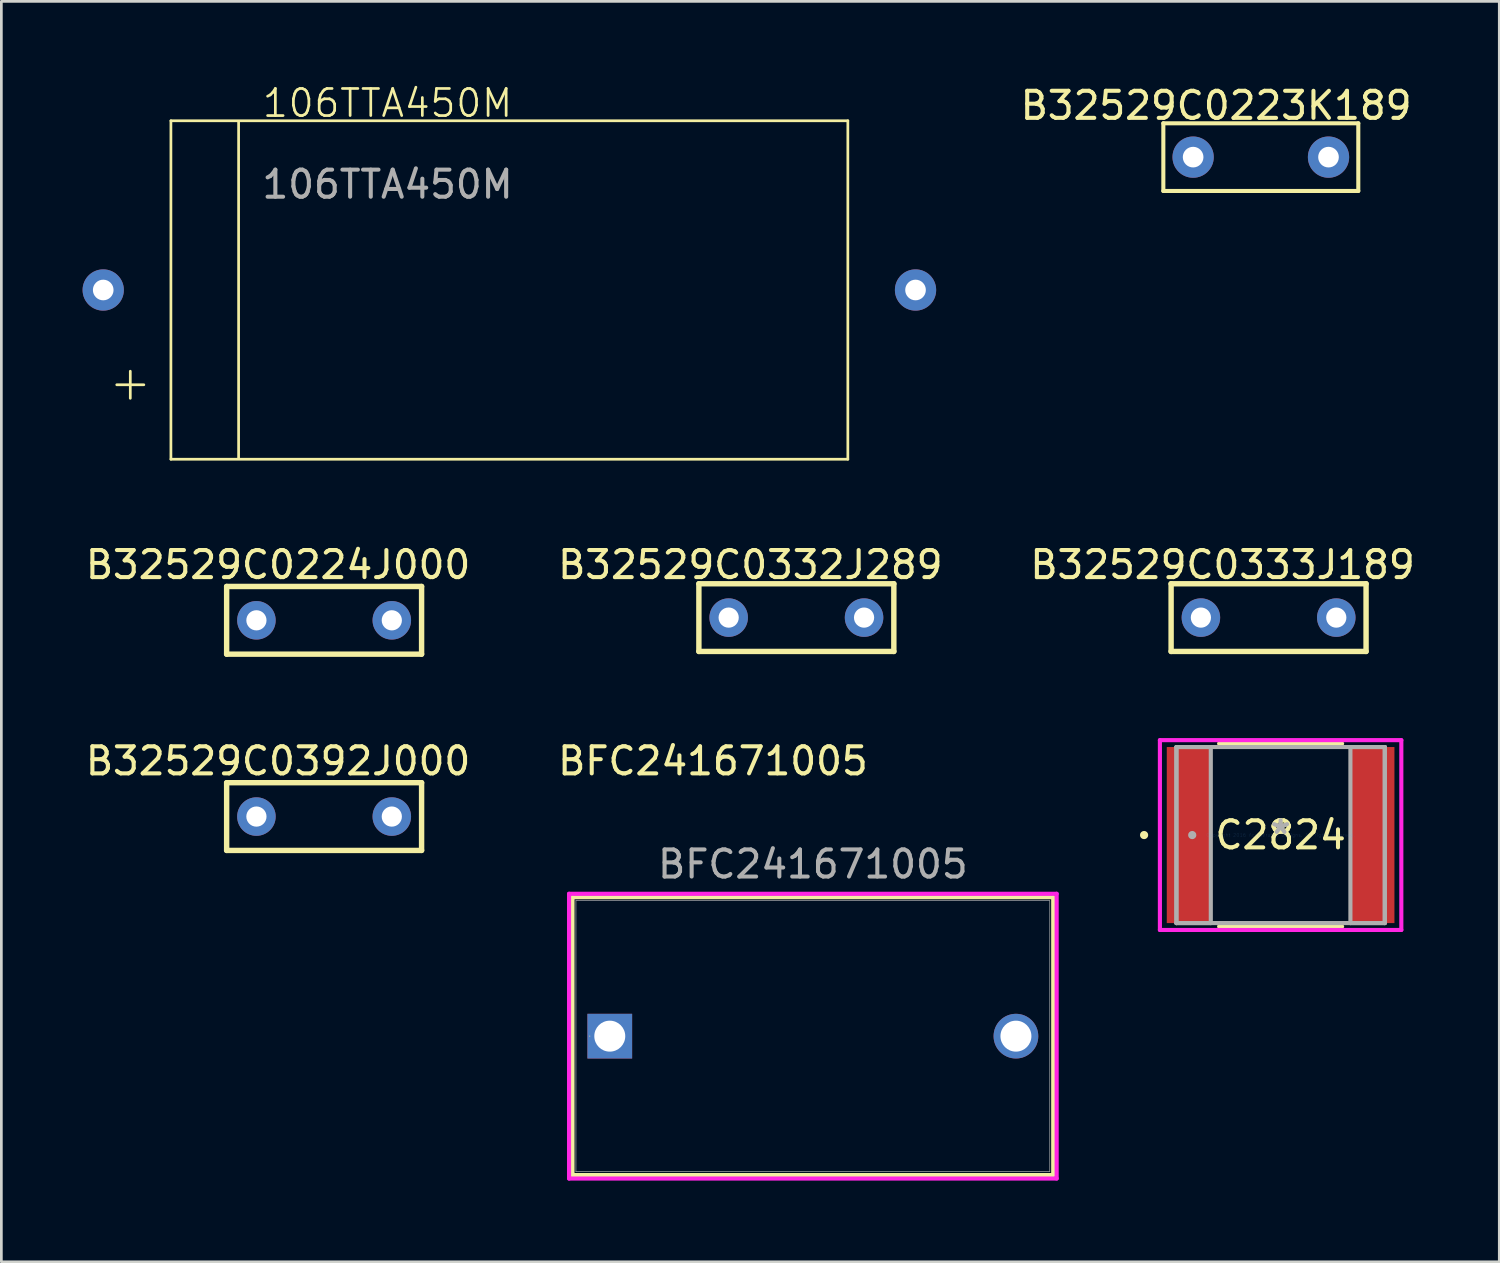
<source format=kicad_pcb>
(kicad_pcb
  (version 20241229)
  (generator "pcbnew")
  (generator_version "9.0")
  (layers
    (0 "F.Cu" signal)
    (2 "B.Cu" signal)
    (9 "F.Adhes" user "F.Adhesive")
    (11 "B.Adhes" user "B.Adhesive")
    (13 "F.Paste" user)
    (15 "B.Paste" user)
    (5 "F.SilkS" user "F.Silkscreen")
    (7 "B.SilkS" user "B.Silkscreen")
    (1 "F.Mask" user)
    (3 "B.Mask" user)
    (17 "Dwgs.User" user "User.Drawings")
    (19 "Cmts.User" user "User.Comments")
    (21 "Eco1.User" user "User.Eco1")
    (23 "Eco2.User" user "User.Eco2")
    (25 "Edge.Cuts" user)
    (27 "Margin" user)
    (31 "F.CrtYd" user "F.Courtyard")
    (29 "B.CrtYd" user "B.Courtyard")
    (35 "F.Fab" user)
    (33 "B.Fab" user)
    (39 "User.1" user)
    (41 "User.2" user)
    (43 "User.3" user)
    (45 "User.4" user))
  (footprint "B32529C0224J000"
    (layer "F.Cu")
    (at 8.92 19.859)
    (property "Reference" "B32529C0224J000" (at -1.7 -2.05 0) (layer "F.SilkS") (effects (font (size 1 1) (thickness 0.15))))
    (attr through_hole)
    (fp_line (start -3.6 -1.25) (end -3.6 1.25) (stroke (width 0.2) (type solid)) (layer "F.SilkS"))
    (fp_line (start -3.6 -1.25) (end 3.6 -1.25) (stroke (width 0.2) (type solid)) (layer "F.SilkS"))
    (fp_line (start -3.6 1.25) (end 3.6 1.25) (stroke (width 0.2) (type solid)) (layer "F.SilkS"))
    (fp_line (start 3.6 -1.25) (end 3.6 1.25) (stroke (width 0.2) (type solid)) (layer "F.SilkS"))
    (pad "1" thru_hole circle (at -2.5 0) (size 1.422 1.422) (drill 0.746) (layers "*.Cu" "*.Mask"))
    (pad "2" thru_hole circle (at 2.5 0) (size 1.422 1.422) (drill 0.746) (layers "*.Cu" "*.Mask")))
  (footprint "B32529C0332J289"
    (layer "F.Cu")
    (at 26.361 19.759)
    (property "Reference" "B32529C0332J289" (at -1.7 -1.95 0) (layer "F.SilkS") (effects (font (size 1 1) (thickness 0.15))))
    (attr through_hole)
    (fp_line (start -3.6 -1.25) (end -3.6 1.25) (stroke (width 0.2) (type solid)) (layer "F.SilkS"))
    (fp_line (start -3.6 -1.25) (end 3.6 -1.25) (stroke (width 0.2) (type solid)) (layer "F.SilkS"))
    (fp_line (start -3.6 1.25) (end 3.6 1.25) (stroke (width 0.2) (type solid)) (layer "F.SilkS"))
    (fp_line (start 3.6 -1.25) (end 3.6 1.25) (stroke (width 0.2) (type solid)) (layer "F.SilkS"))
    (pad "1" thru_hole circle (at -2.5 0) (size 1.422 1.422) (drill 0.746) (layers "*.Cu" "*.Mask"))
    (pad "2" thru_hole circle (at 2.5 0) (size 1.422 1.422) (drill 0.746) (layers "*.Cu" "*.Mask")))
  (footprint "B32529C0392J000"
    (layer "F.Cu")
    (at 8.92 27.107)
    (property "Reference" "B32529C0392J000" (at -1.7 -2.05 0) (layer "F.SilkS") (effects (font (size 1 1) (thickness 0.15))))
    (attr through_hole)
    (fp_line (start -3.6 -1.25) (end -3.6 1.25) (stroke (width 0.2) (type solid)) (layer "F.SilkS"))
    (fp_line (start -3.6 -1.25) (end 3.6 -1.25) (stroke (width 0.2) (type solid)) (layer "F.SilkS"))
    (fp_line (start -3.6 1.25) (end 3.6 1.25) (stroke (width 0.2) (type solid)) (layer "F.SilkS"))
    (fp_line (start 3.6 -1.25) (end 3.6 1.25) (stroke (width 0.2) (type solid)) (layer "F.SilkS"))
    (pad "1" thru_hole circle (at -2.5 0) (size 1.422 1.422) (drill 0.746) (layers "*.Cu" "*.Mask"))
    (pad "2" thru_hole circle (at 2.5 0) (size 1.422 1.422) (drill 0.746) (layers "*.Cu" "*.Mask")))
  (footprint "C2824"
    (layer "F.Cu")
    (at 44.245 27.79)
    (property "Reference" "C2824" (at 0 0 0) (layer "F.SilkS") (effects (font (size 1 1) (thickness 0.15))))
    (attr through_hole)
    (fp_line (start -2.271 3.378) (end 2.271 3.378) (stroke (width 0.152) (type solid)) (layer "F.SilkS"))
    (fp_line (start 2.271 -3.378) (end -2.271 -3.378) (stroke (width 0.152) (type solid)) (layer "F.SilkS"))
    (fp_circle (center -5.042 0) (end -4.966 0) (stroke (width 0.152) (type solid)) (fill no) (layer "F.SilkS"))
    (fp_line (start -4.458 -3.505) (end 4.458 -3.505) (stroke (width 0.152) (type solid)) (layer "F.CrtYd"))
    (fp_line (start -4.458 3.505) (end -4.458 -3.505) (stroke (width 0.152) (type solid)) (layer "F.CrtYd"))
    (fp_line (start 4.458 -3.505) (end 4.458 3.505) (stroke (width 0.152) (type solid)) (layer "F.CrtYd"))
    (fp_line (start 4.458 3.505) (end -4.458 3.505) (stroke (width 0.152) (type solid)) (layer "F.CrtYd"))
    (fp_line (start -3.848 -3.251) (end -3.848 3.251) (stroke (width 0.152) (type solid)) (layer "F.Fab"))
    (fp_line (start -3.848 -3.251) (end -3.848 3.251) (stroke (width 0.152) (type solid)) (layer "F.Fab"))
    (fp_line (start -3.848 3.251) (end -2.578 3.251) (stroke (width 0.152) (type solid)) (layer "F.Fab"))
    (fp_line (start -3.848 3.251) (end 3.848 3.251) (stroke (width 0.152) (type solid)) (layer "F.Fab"))
    (fp_line (start -2.578 -3.251) (end -3.848 -3.251) (stroke (width 0.152) (type solid)) (layer "F.Fab"))
    (fp_line (start -2.578 3.251) (end -2.578 -3.251) (stroke (width 0.152) (type solid)) (layer "F.Fab"))
    (fp_line (start 2.578 -3.251) (end 2.578 3.251) (stroke (width 0.152) (type solid)) (layer "F.Fab"))
    (fp_line (start 2.578 3.251) (end 3.848 3.251) (stroke (width 0.152) (type solid)) (layer "F.Fab"))
    (fp_line (start 3.848 -3.251) (end -3.848 -3.251) (stroke (width 0.152) (type solid)) (layer "F.Fab"))
    (fp_line (start 3.848 -3.251) (end 2.578 -3.251) (stroke (width 0.152) (type solid)) (layer "F.Fab"))
    (fp_line (start 3.848 3.251) (end 3.848 -3.251) (stroke (width 0.152) (type solid)) (layer "F.Fab"))
    (fp_line (start 3.848 3.251) (end 3.848 -3.251) (stroke (width 0.152) (type solid)) (layer "F.Fab"))
    (fp_circle (center -3.264 0) (end -3.188 0) (stroke (width 0.152) (type solid)) (fill no) (layer "F.Fab"))
    (fp_text user "*" (at 0 0 0) (layer "F.SilkS") (effects (font (size 1 1) (thickness 0.15))))
    (fp_text user "Copyright 2016 Accelerated Designs. All rights reserved." (at 0 0 0) (layer "Cmts.User") (effects (font (size 0.127 0.127) (thickness 0.002))))
    (fp_text user "*" (at 0 0 0) (layer "F.Fab") (effects (font (size 1 1) (thickness 0.15))))
    (pad "1" smd rect (at -3.391 0) (size 1.626 6.502) (layers "F.Cu" "F.Mask" "F.Paste"))
    (pad "2" smd rect (at 3.391 0) (size 1.626 6.502) (layers "F.Cu" "F.Mask" "F.Paste")))
  (footprint "106TTA450M"
    (layer "F.Cu")
    (at 15.762 7.66)
    (property "Reference" "106TTA450M" (at -4.5 -6.9 0) (unlocked yes) (layer "F.SilkS") (effects (font (size 1 1) (thickness 0.1))))
    (attr through_hole)
    (fp_line (start -14.5 3.5) (end -13.5 3.5) (stroke (width 0.1) (type default)) (layer "F.SilkS"))
    (fp_line (start -14 3) (end -14 4) (stroke (width 0.1) (type default)) (layer "F.SilkS"))
    (fp_line (start -12.5 -6.25) (end -12.5 6.25) (stroke (width 0.1) (type default)) (layer "F.SilkS"))
    (fp_line (start -12.5 -6.25) (end 12.5 -6.25) (stroke (width 0.1) (type default)) (layer "F.SilkS"))
    (fp_line (start -12.5 6.25) (end 12.5 6.25) (stroke (width 0.1) (type default)) (layer "F.SilkS"))
    (fp_line (start -10 6.2) (end -10 -6.2) (stroke (width 0.1) (type default)) (layer "F.SilkS"))
    (fp_line (start 12.5 -6.25) (end 12.5 6.25) (stroke (width 0.1) (type default)) (layer "F.SilkS"))
    (fp_text user "${REFERENCE}" (at -4.5 -3.9 0) (unlocked yes) (layer "F.Fab") (effects (font (size 1 1) (thickness 0.15))))
    (pad "1" thru_hole circle (at -15 0) (size 1.524 1.524) (drill 0.762) (layers "*.Cu" "*.Mask"))
    (pad "2" thru_hole circle (at 15 0) (size 1.524 1.524) (drill 0.762) (layers "*.Cu" "*.Mask")))
  (footprint "B32529C0333J189"
    (layer "F.Cu")
    (at 43.801 19.759)
    (property "Reference" "B32529C0333J189" (at -1.7 -1.95 0) (layer "F.SilkS") (effects (font (size 1 1) (thickness 0.15))))
    (attr through_hole)
    (fp_line (start -3.6 -1.25) (end -3.6 1.25) (stroke (width 0.2) (type solid)) (layer "F.SilkS"))
    (fp_line (start -3.6 -1.25) (end 3.6 -1.25) (stroke (width 0.2) (type solid)) (layer "F.SilkS"))
    (fp_line (start -3.6 1.25) (end 3.6 1.25) (stroke (width 0.2) (type solid)) (layer "F.SilkS"))
    (fp_line (start 3.6 -1.25) (end 3.6 1.25) (stroke (width 0.2) (type solid)) (layer "F.SilkS"))
    (pad "1" thru_hole circle (at -2.5 0) (size 1.422 1.422) (drill 0.746) (layers "*.Cu" "*.Mask"))
    (pad "2" thru_hole circle (at 2.5 0) (size 1.422 1.422) (drill 0.746) (layers "*.Cu" "*.Mask")))
  (footprint "B32529C0223K189"
    (layer "F.Cu")
    (at 43.514 2.753)
    (property "Reference" "B32529C0223K189" (at -1.651 -1.905 0) (layer "F.SilkS") (effects (font (size 1 1) (thickness 0.15))))
    (attr through_hole)
    (fp_line (start -3.6 -1.25) (end -3.6 1.25) (stroke (width 0.15) (type solid)) (layer "F.SilkS"))
    (fp_line (start 3.6 -1.25) (end -3.6 -1.25) (stroke (width 0.15) (type solid)) (layer "F.SilkS"))
    (fp_line (start 3.6 -1.25) (end 3.6 1.25) (stroke (width 0.15) (type solid)) (layer "F.SilkS"))
    (fp_line (start 3.6 1.25) (end -3.6 1.25) (stroke (width 0.15) (type solid)) (layer "F.SilkS"))
    (pad "1" thru_hole circle (at -2.5 0) (size 1.524 1.524) (drill 0.762) (layers "*.Cu" "*.Mask"))
    (pad "2" thru_hole circle (at 2.5 0) (size 1.524 1.524) (drill 0.762) (layers "*.Cu" "*.Mask")))
  (footprint "BFC241671005"
    (layer "F.Cu")
    (at 19.47 35.217)
    (property "Reference" "BFC241671005" (at 3.81 -10.16 0) (unlocked yes) (layer "F.SilkS") (effects (font (size 1 1) (thickness 0.15))))
    (attr through_hole)
    (fp_line (start -1.377 -5.131) (end -1.377 5.131) (stroke (width 0.152) (type solid)) (layer "F.SilkS"))
    (fp_line (start 16.377 -5.131) (end -1.377 -5.131) (stroke (width 0.152) (type solid)) (layer "F.SilkS"))
    (fp_line (start 16.377 -5.131) (end 16.377 5.131) (stroke (width 0.152) (type solid)) (layer "F.SilkS"))
    (fp_line (start 16.377 5.131) (end -1.377 5.131) (stroke (width 0.152) (type solid)) (layer "F.SilkS"))
    (fp_line (start -1.504 -5.258) (end 16.504 -5.258) (stroke (width 0.152) (type solid)) (layer "F.CrtYd"))
    (fp_line (start -1.504 5.258) (end -1.504 -5.258) (stroke (width 0.152) (type solid)) (layer "F.CrtYd"))
    (fp_line (start 16.504 -5.258) (end 16.504 5.258) (stroke (width 0.152) (type solid)) (layer "F.CrtYd"))
    (fp_line (start 16.504 5.258) (end -1.504 5.258) (stroke (width 0.152) (type solid)) (layer "F.CrtYd"))
    (fp_line (start -1.25 -5.004) (end -1.25 5.004) (stroke (width 0.025) (type solid)) (layer "F.Fab"))
    (fp_line (start 16.25 -5.004) (end -1.25 -5.004) (stroke (width 0.025) (type solid)) (layer "F.Fab"))
    (fp_line (start 16.25 -5.004) (end 16.25 5.004) (stroke (width 0.025) (type solid)) (layer "F.Fab"))
    (fp_line (start 16.25 5.004) (end -1.25 5.004) (stroke (width 0.025) (type solid)) (layer "F.Fab"))
    (fp_circle (center -0.742 0) (end -0.742 0) (stroke (width 0.025) (type solid)) (fill no) (layer "F.Fab"))
    (fp_text user "${REFERENCE}" (at 7.5 -6.35 0) (unlocked yes) (layer "F.Fab") (effects (font (size 1 1) (thickness 0.15))))
    (pad "1" thru_hole rect (at 0 0) (size 1.651 1.651) (drill 1.143) (layers "*.Cu" "*.Mask"))
    (pad "2" thru_hole circle (at 15 0) (size 1.651 1.651) (drill 1.143) (layers "*.Cu" "*.Mask")))
  (gr_rect
    (start -3 -3)
    (end 52.321 43.551)
    (stroke (width 0.1) (type default))
    (fill no)
    (layer "Edge.Cuts")))
</source>
